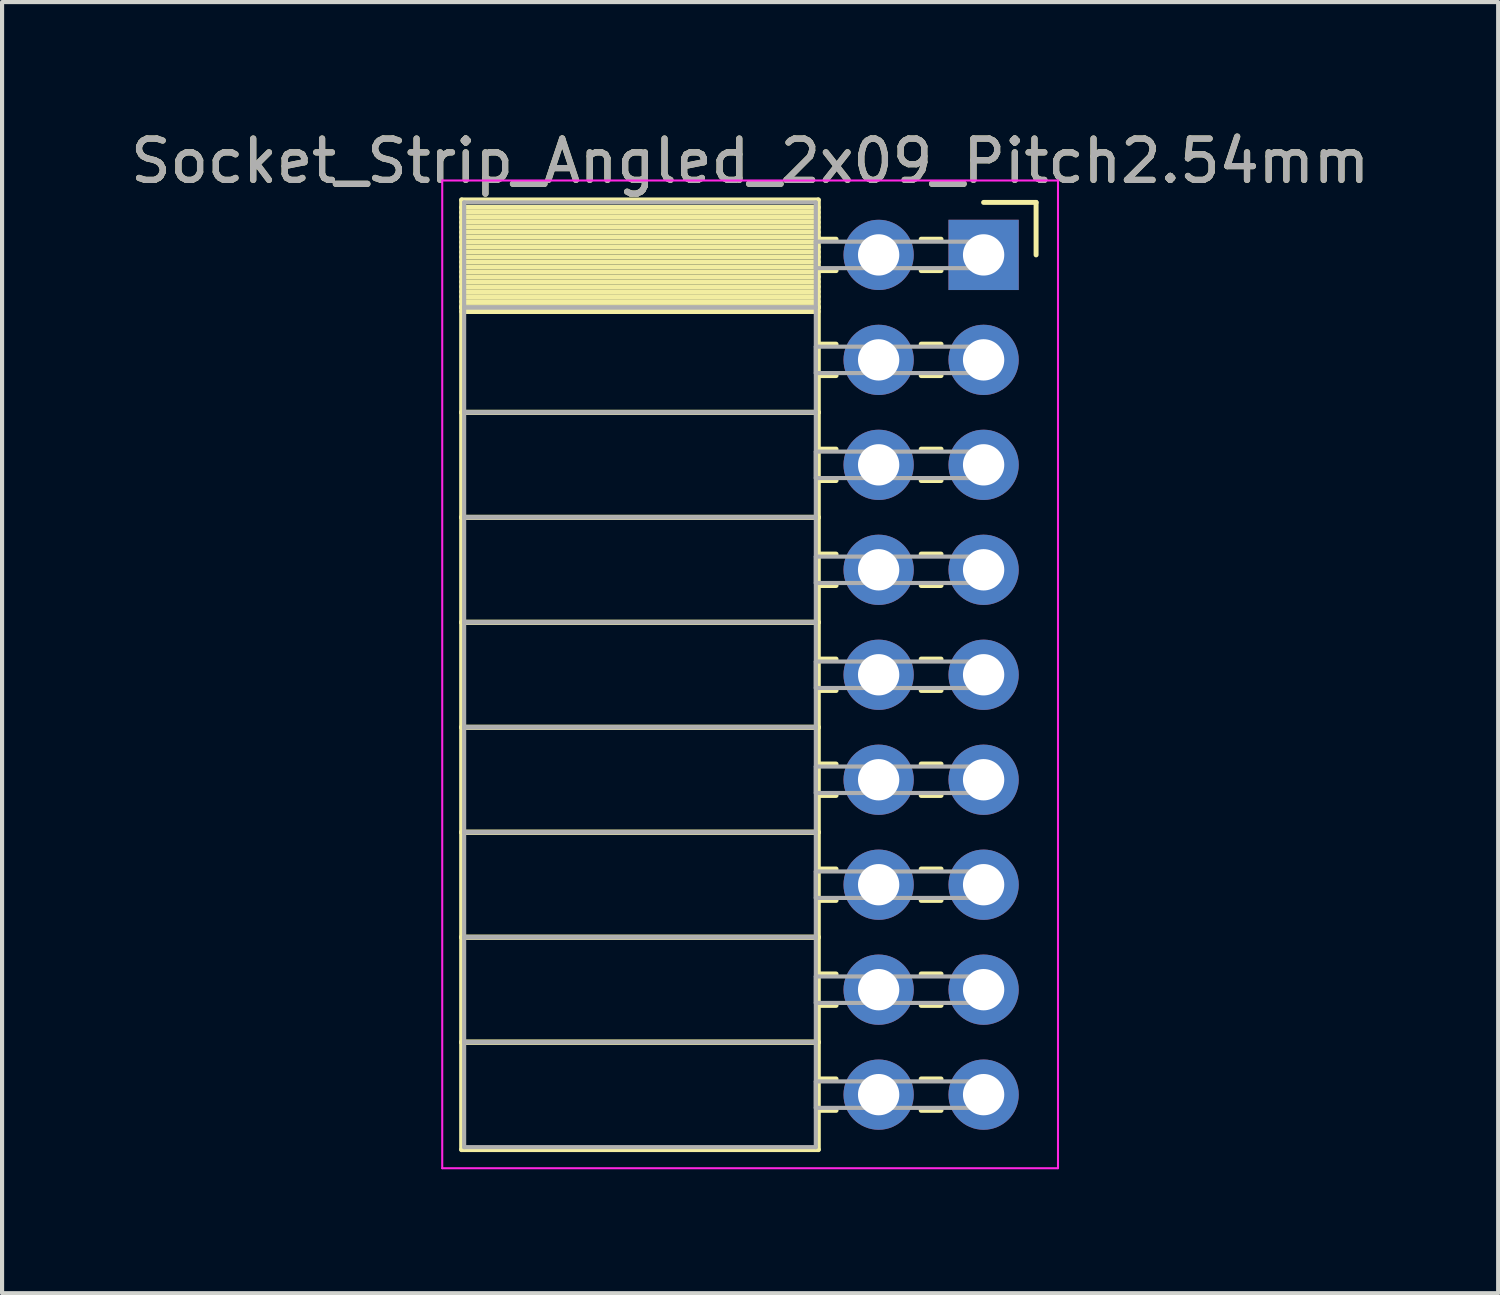
<source format=kicad_pcb>
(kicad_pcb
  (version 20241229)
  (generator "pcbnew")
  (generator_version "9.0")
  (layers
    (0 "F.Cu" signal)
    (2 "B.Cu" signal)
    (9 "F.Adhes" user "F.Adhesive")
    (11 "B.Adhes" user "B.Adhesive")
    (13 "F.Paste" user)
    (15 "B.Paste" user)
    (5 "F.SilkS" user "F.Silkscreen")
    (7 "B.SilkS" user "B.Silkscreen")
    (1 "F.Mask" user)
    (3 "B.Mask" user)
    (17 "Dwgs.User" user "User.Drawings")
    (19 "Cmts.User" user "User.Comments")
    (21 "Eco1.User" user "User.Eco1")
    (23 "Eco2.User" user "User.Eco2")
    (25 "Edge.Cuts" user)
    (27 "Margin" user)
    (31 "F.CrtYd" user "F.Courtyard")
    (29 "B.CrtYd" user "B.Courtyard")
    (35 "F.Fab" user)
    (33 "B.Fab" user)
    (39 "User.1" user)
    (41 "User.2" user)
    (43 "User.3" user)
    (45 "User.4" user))
  (footprint "Socket_Strip_Angled_2x09_Pitch2.54mm"
    (layer "F.Cu")
    (at 20.751 3.118)
    (property "Reference" "Socket_Strip_Angled_2x09_Pitch2.54mm" (at -5.65 -2.27 0) (layer "F.SilkS") (effects (font (size 1 1) (thickness 0.15))))
    (attr through_hole)
    (fp_line (start -12.63 -1.33) (end -4 -1.33) (stroke (width 0.12) (type solid)) (layer "F.SilkS"))
    (fp_line (start -12.63 1.27) (end -12.63 -1.33) (stroke (width 0.12) (type solid)) (layer "F.SilkS"))
    (fp_line (start -12.63 1.27) (end -4 1.27) (stroke (width 0.12) (type solid)) (layer "F.SilkS"))
    (fp_line (start -12.63 3.81) (end -12.63 1.27) (stroke (width 0.12) (type solid)) (layer "F.SilkS"))
    (fp_line (start -12.63 3.81) (end -4 3.81) (stroke (width 0.12) (type solid)) (layer "F.SilkS"))
    (fp_line (start -12.63 6.35) (end -12.63 3.81) (stroke (width 0.12) (type solid)) (layer "F.SilkS"))
    (fp_line (start -12.63 6.35) (end -4 6.35) (stroke (width 0.12) (type solid)) (layer "F.SilkS"))
    (fp_line (start -12.63 8.89) (end -12.63 6.35) (stroke (width 0.12) (type solid)) (layer "F.SilkS"))
    (fp_line (start -12.63 8.89) (end -4 8.89) (stroke (width 0.12) (type solid)) (layer "F.SilkS"))
    (fp_line (start -12.63 11.43) (end -12.63 8.89) (stroke (width 0.12) (type solid)) (layer "F.SilkS"))
    (fp_line (start -12.63 11.43) (end -4 11.43) (stroke (width 0.12) (type solid)) (layer "F.SilkS"))
    (fp_line (start -12.63 13.97) (end -12.63 11.43) (stroke (width 0.12) (type solid)) (layer "F.SilkS"))
    (fp_line (start -12.63 13.97) (end -4 13.97) (stroke (width 0.12) (type solid)) (layer "F.SilkS"))
    (fp_line (start -12.63 16.51) (end -12.63 13.97) (stroke (width 0.12) (type solid)) (layer "F.SilkS"))
    (fp_line (start -12.63 16.51) (end -4 16.51) (stroke (width 0.12) (type solid)) (layer "F.SilkS"))
    (fp_line (start -12.63 19.05) (end -12.63 16.51) (stroke (width 0.12) (type solid)) (layer "F.SilkS"))
    (fp_line (start -12.63 19.05) (end -4 19.05) (stroke (width 0.12) (type solid)) (layer "F.SilkS"))
    (fp_line (start -12.63 21.65) (end -12.63 19.05) (stroke (width 0.12) (type solid)) (layer "F.SilkS"))
    (fp_line (start -4 -1.33) (end -4 1.27) (stroke (width 0.12) (type solid)) (layer "F.SilkS"))
    (fp_line (start -4 -1.15) (end -12.63 -1.15) (stroke (width 0.12) (type solid)) (layer "F.SilkS"))
    (fp_line (start -4 -1.03) (end -12.63 -1.03) (stroke (width 0.12) (type solid)) (layer "F.SilkS"))
    (fp_line (start -4 -0.91) (end -12.63 -0.91) (stroke (width 0.12) (type solid)) (layer "F.SilkS"))
    (fp_line (start -4 -0.79) (end -12.63 -0.79) (stroke (width 0.12) (type solid)) (layer "F.SilkS"))
    (fp_line (start -4 -0.67) (end -12.63 -0.67) (stroke (width 0.12) (type solid)) (layer "F.SilkS"))
    (fp_line (start -4 -0.55) (end -12.63 -0.55) (stroke (width 0.12) (type solid)) (layer "F.SilkS"))
    (fp_line (start -4 -0.43) (end -12.63 -0.43) (stroke (width 0.12) (type solid)) (layer "F.SilkS"))
    (fp_line (start -4 -0.31) (end -12.63 -0.31) (stroke (width 0.12) (type solid)) (layer "F.SilkS"))
    (fp_line (start -4 -0.19) (end -12.63 -0.19) (stroke (width 0.12) (type solid)) (layer "F.SilkS"))
    (fp_line (start -4 -0.07) (end -12.63 -0.07) (stroke (width 0.12) (type solid)) (layer "F.SilkS"))
    (fp_line (start -4 0.05) (end -12.63 0.05) (stroke (width 0.12) (type solid)) (layer "F.SilkS"))
    (fp_line (start -4 0.17) (end -12.63 0.17) (stroke (width 0.12) (type solid)) (layer "F.SilkS"))
    (fp_line (start -4 0.29) (end -12.63 0.29) (stroke (width 0.12) (type solid)) (layer "F.SilkS"))
    (fp_line (start -4 0.41) (end -12.63 0.41) (stroke (width 0.12) (type solid)) (layer "F.SilkS"))
    (fp_line (start -4 0.53) (end -12.63 0.53) (stroke (width 0.12) (type solid)) (layer "F.SilkS"))
    (fp_line (start -4 0.65) (end -12.63 0.65) (stroke (width 0.12) (type solid)) (layer "F.SilkS"))
    (fp_line (start -4 0.77) (end -12.63 0.77) (stroke (width 0.12) (type solid)) (layer "F.SilkS"))
    (fp_line (start -4 0.89) (end -12.63 0.89) (stroke (width 0.12) (type solid)) (layer "F.SilkS"))
    (fp_line (start -4 1.01) (end -12.63 1.01) (stroke (width 0.12) (type solid)) (layer "F.SilkS"))
    (fp_line (start -4 1.13) (end -12.63 1.13) (stroke (width 0.12) (type solid)) (layer "F.SilkS"))
    (fp_line (start -4 1.25) (end -12.63 1.25) (stroke (width 0.12) (type solid)) (layer "F.SilkS"))
    (fp_line (start -4 1.27) (end -12.63 1.27) (stroke (width 0.12) (type solid)) (layer "F.SilkS"))
    (fp_line (start -4 1.27) (end -4 3.81) (stroke (width 0.12) (type solid)) (layer "F.SilkS"))
    (fp_line (start -4 1.37) (end -12.63 1.37) (stroke (width 0.12) (type solid)) (layer "F.SilkS"))
    (fp_line (start -4 3.81) (end -12.63 3.81) (stroke (width 0.12) (type solid)) (layer "F.SilkS"))
    (fp_line (start -4 3.81) (end -4 6.35) (stroke (width 0.12) (type solid)) (layer "F.SilkS"))
    (fp_line (start -4 6.35) (end -12.63 6.35) (stroke (width 0.12) (type solid)) (layer "F.SilkS"))
    (fp_line (start -4 6.35) (end -4 8.89) (stroke (width 0.12) (type solid)) (layer "F.SilkS"))
    (fp_line (start -4 8.89) (end -12.63 8.89) (stroke (width 0.12) (type solid)) (layer "F.SilkS"))
    (fp_line (start -4 8.89) (end -4 11.43) (stroke (width 0.12) (type solid)) (layer "F.SilkS"))
    (fp_line (start -4 11.43) (end -12.63 11.43) (stroke (width 0.12) (type solid)) (layer "F.SilkS"))
    (fp_line (start -4 11.43) (end -4 13.97) (stroke (width 0.12) (type solid)) (layer "F.SilkS"))
    (fp_line (start -4 13.97) (end -12.63 13.97) (stroke (width 0.12) (type solid)) (layer "F.SilkS"))
    (fp_line (start -4 13.97) (end -4 16.51) (stroke (width 0.12) (type solid)) (layer "F.SilkS"))
    (fp_line (start -4 16.51) (end -12.63 16.51) (stroke (width 0.12) (type solid)) (layer "F.SilkS"))
    (fp_line (start -4 16.51) (end -4 19.05) (stroke (width 0.12) (type solid)) (layer "F.SilkS"))
    (fp_line (start -4 19.05) (end -12.63 19.05) (stroke (width 0.12) (type solid)) (layer "F.SilkS"))
    (fp_line (start -4 19.05) (end -4 21.65) (stroke (width 0.12) (type solid)) (layer "F.SilkS"))
    (fp_line (start -4 21.65) (end -12.63 21.65) (stroke (width 0.12) (type solid)) (layer "F.SilkS"))
    (fp_line (start -3.57 -0.38) (end -4 -0.38) (stroke (width 0.12) (type solid)) (layer "F.SilkS"))
    (fp_line (start -3.57 0.38) (end -4 0.38) (stroke (width 0.12) (type solid)) (layer "F.SilkS"))
    (fp_line (start -3.57 2.16) (end -4 2.16) (stroke (width 0.12) (type solid)) (layer "F.SilkS"))
    (fp_line (start -3.57 2.92) (end -4 2.92) (stroke (width 0.12) (type solid)) (layer "F.SilkS"))
    (fp_line (start -3.57 4.7) (end -4 4.7) (stroke (width 0.12) (type solid)) (layer "F.SilkS"))
    (fp_line (start -3.57 5.46) (end -4 5.46) (stroke (width 0.12) (type solid)) (layer "F.SilkS"))
    (fp_line (start -3.57 7.24) (end -4 7.24) (stroke (width 0.12) (type solid)) (layer "F.SilkS"))
    (fp_line (start -3.57 8) (end -4 8) (stroke (width 0.12) (type solid)) (layer "F.SilkS"))
    (fp_line (start -3.57 9.78) (end -4 9.78) (stroke (width 0.12) (type solid)) (layer "F.SilkS"))
    (fp_line (start -3.57 10.54) (end -4 10.54) (stroke (width 0.12) (type solid)) (layer "F.SilkS"))
    (fp_line (start -3.57 12.32) (end -4 12.32) (stroke (width 0.12) (type solid)) (layer "F.SilkS"))
    (fp_line (start -3.57 13.08) (end -4 13.08) (stroke (width 0.12) (type solid)) (layer "F.SilkS"))
    (fp_line (start -3.57 14.86) (end -4 14.86) (stroke (width 0.12) (type solid)) (layer "F.SilkS"))
    (fp_line (start -3.57 15.62) (end -4 15.62) (stroke (width 0.12) (type solid)) (layer "F.SilkS"))
    (fp_line (start -3.57 17.4) (end -4 17.4) (stroke (width 0.12) (type solid)) (layer "F.SilkS"))
    (fp_line (start -3.57 18.16) (end -4 18.16) (stroke (width 0.12) (type solid)) (layer "F.SilkS"))
    (fp_line (start -3.57 19.94) (end -4 19.94) (stroke (width 0.12) (type solid)) (layer "F.SilkS"))
    (fp_line (start -3.57 20.7) (end -4 20.7) (stroke (width 0.12) (type solid)) (layer "F.SilkS"))
    (fp_line (start -1.03 -0.38) (end -1.51 -0.38) (stroke (width 0.12) (type solid)) (layer "F.SilkS"))
    (fp_line (start -1.03 0.38) (end -1.51 0.38) (stroke (width 0.12) (type solid)) (layer "F.SilkS"))
    (fp_line (start -1.03 2.16) (end -1.51 2.16) (stroke (width 0.12) (type solid)) (layer "F.SilkS"))
    (fp_line (start -1.03 2.92) (end -1.51 2.92) (stroke (width 0.12) (type solid)) (layer "F.SilkS"))
    (fp_line (start -1.03 4.7) (end -1.51 4.7) (stroke (width 0.12) (type solid)) (layer "F.SilkS"))
    (fp_line (start -1.03 5.46) (end -1.51 5.46) (stroke (width 0.12) (type solid)) (layer "F.SilkS"))
    (fp_line (start -1.03 7.24) (end -1.51 7.24) (stroke (width 0.12) (type solid)) (layer "F.SilkS"))
    (fp_line (start -1.03 8) (end -1.51 8) (stroke (width 0.12) (type solid)) (layer "F.SilkS"))
    (fp_line (start -1.03 9.78) (end -1.51 9.78) (stroke (width 0.12) (type solid)) (layer "F.SilkS"))
    (fp_line (start -1.03 10.54) (end -1.51 10.54) (stroke (width 0.12) (type solid)) (layer "F.SilkS"))
    (fp_line (start -1.03 12.32) (end -1.51 12.32) (stroke (width 0.12) (type solid)) (layer "F.SilkS"))
    (fp_line (start -1.03 13.08) (end -1.51 13.08) (stroke (width 0.12) (type solid)) (layer "F.SilkS"))
    (fp_line (start -1.03 14.86) (end -1.51 14.86) (stroke (width 0.12) (type solid)) (layer "F.SilkS"))
    (fp_line (start -1.03 15.62) (end -1.51 15.62) (stroke (width 0.12) (type solid)) (layer "F.SilkS"))
    (fp_line (start -1.03 17.4) (end -1.51 17.4) (stroke (width 0.12) (type solid)) (layer "F.SilkS"))
    (fp_line (start -1.03 18.16) (end -1.51 18.16) (stroke (width 0.12) (type solid)) (layer "F.SilkS"))
    (fp_line (start -1.03 19.94) (end -1.51 19.94) (stroke (width 0.12) (type solid)) (layer "F.SilkS"))
    (fp_line (start -1.03 20.7) (end -1.51 20.7) (stroke (width 0.12) (type solid)) (layer "F.SilkS"))
    (fp_line (start 0 -1.27) (end 1.27 -1.27) (stroke (width 0.12) (type solid)) (layer "F.SilkS"))
    (fp_line (start 1.27 -1.27) (end 1.27 0) (stroke (width 0.12) (type solid)) (layer "F.SilkS"))
    (fp_line (start -13.1 -1.8) (end 1.8 -1.8) (stroke (width 0.05) (type solid)) (layer "F.CrtYd"))
    (fp_line (start -13.1 22.1) (end -13.1 -1.8) (stroke (width 0.05) (type solid)) (layer "F.CrtYd"))
    (fp_line (start 1.8 -1.8) (end 1.8 22.1) (stroke (width 0.05) (type solid)) (layer "F.CrtYd"))
    (fp_line (start 1.8 22.1) (end -13.1 22.1) (stroke (width 0.05) (type solid)) (layer "F.CrtYd"))
    (fp_line (start -12.57 -1.27) (end -4.06 -1.27) (stroke (width 0.1) (type solid)) (layer "F.Fab"))
    (fp_line (start -12.57 1.27) (end -12.57 -1.27) (stroke (width 0.1) (type solid)) (layer "F.Fab"))
    (fp_line (start -12.57 1.27) (end -4.06 1.27) (stroke (width 0.1) (type solid)) (layer "F.Fab"))
    (fp_line (start -12.57 3.81) (end -12.57 1.27) (stroke (width 0.1) (type solid)) (layer "F.Fab"))
    (fp_line (start -12.57 3.81) (end -4.06 3.81) (stroke (width 0.1) (type solid)) (layer "F.Fab"))
    (fp_line (start -12.57 6.35) (end -12.57 3.81) (stroke (width 0.1) (type solid)) (layer "F.Fab"))
    (fp_line (start -12.57 6.35) (end -4.06 6.35) (stroke (width 0.1) (type solid)) (layer "F.Fab"))
    (fp_line (start -12.57 8.89) (end -12.57 6.35) (stroke (width 0.1) (type solid)) (layer "F.Fab"))
    (fp_line (start -12.57 8.89) (end -4.06 8.89) (stroke (width 0.1) (type solid)) (layer "F.Fab"))
    (fp_line (start -12.57 11.43) (end -12.57 8.89) (stroke (width 0.1) (type solid)) (layer "F.Fab"))
    (fp_line (start -12.57 11.43) (end -4.06 11.43) (stroke (width 0.1) (type solid)) (layer "F.Fab"))
    (fp_line (start -12.57 13.97) (end -12.57 11.43) (stroke (width 0.1) (type solid)) (layer "F.Fab"))
    (fp_line (start -12.57 13.97) (end -4.06 13.97) (stroke (width 0.1) (type solid)) (layer "F.Fab"))
    (fp_line (start -12.57 16.51) (end -12.57 13.97) (stroke (width 0.1) (type solid)) (layer "F.Fab"))
    (fp_line (start -12.57 16.51) (end -4.06 16.51) (stroke (width 0.1) (type solid)) (layer "F.Fab"))
    (fp_line (start -12.57 19.05) (end -12.57 16.51) (stroke (width 0.1) (type solid)) (layer "F.Fab"))
    (fp_line (start -12.57 19.05) (end -4.06 19.05) (stroke (width 0.1) (type solid)) (layer "F.Fab"))
    (fp_line (start -12.57 21.59) (end -12.57 19.05) (stroke (width 0.1) (type solid)) (layer "F.Fab"))
    (fp_line (start -4.06 -1.27) (end -4.06 1.27) (stroke (width 0.1) (type solid)) (layer "F.Fab"))
    (fp_line (start -4.06 -0.32) (end 0 -0.32) (stroke (width 0.1) (type solid)) (layer "F.Fab"))
    (fp_line (start -4.06 0.32) (end -4.06 -0.32) (stroke (width 0.1) (type solid)) (layer "F.Fab"))
    (fp_line (start -4.06 1.27) (end -12.57 1.27) (stroke (width 0.1) (type solid)) (layer "F.Fab"))
    (fp_line (start -4.06 1.27) (end -4.06 3.81) (stroke (width 0.1) (type solid)) (layer "F.Fab"))
    (fp_line (start -4.06 2.22) (end 0 2.22) (stroke (width 0.1) (type solid)) (layer "F.Fab"))
    (fp_line (start -4.06 2.86) (end -4.06 2.22) (stroke (width 0.1) (type solid)) (layer "F.Fab"))
    (fp_line (start -4.06 3.81) (end -12.57 3.81) (stroke (width 0.1) (type solid)) (layer "F.Fab"))
    (fp_line (start -4.06 3.81) (end -4.06 6.35) (stroke (width 0.1) (type solid)) (layer "F.Fab"))
    (fp_line (start -4.06 4.76) (end 0 4.76) (stroke (width 0.1) (type solid)) (layer "F.Fab"))
    (fp_line (start -4.06 5.4) (end -4.06 4.76) (stroke (width 0.1) (type solid)) (layer "F.Fab"))
    (fp_line (start -4.06 6.35) (end -12.57 6.35) (stroke (width 0.1) (type solid)) (layer "F.Fab"))
    (fp_line (start -4.06 6.35) (end -4.06 8.89) (stroke (width 0.1) (type solid)) (layer "F.Fab"))
    (fp_line (start -4.06 7.3) (end 0 7.3) (stroke (width 0.1) (type solid)) (layer "F.Fab"))
    (fp_line (start -4.06 7.94) (end -4.06 7.3) (stroke (width 0.1) (type solid)) (layer "F.Fab"))
    (fp_line (start -4.06 8.89) (end -12.57 8.89) (stroke (width 0.1) (type solid)) (layer "F.Fab"))
    (fp_line (start -4.06 8.89) (end -4.06 11.43) (stroke (width 0.1) (type solid)) (layer "F.Fab"))
    (fp_line (start -4.06 9.84) (end 0 9.84) (stroke (width 0.1) (type solid)) (layer "F.Fab"))
    (fp_line (start -4.06 10.48) (end -4.06 9.84) (stroke (width 0.1) (type solid)) (layer "F.Fab"))
    (fp_line (start -4.06 11.43) (end -12.57 11.43) (stroke (width 0.1) (type solid)) (layer "F.Fab"))
    (fp_line (start -4.06 11.43) (end -4.06 13.97) (stroke (width 0.1) (type solid)) (layer "F.Fab"))
    (fp_line (start -4.06 12.38) (end 0 12.38) (stroke (width 0.1) (type solid)) (layer "F.Fab"))
    (fp_line (start -4.06 13.02) (end -4.06 12.38) (stroke (width 0.1) (type solid)) (layer "F.Fab"))
    (fp_line (start -4.06 13.97) (end -12.57 13.97) (stroke (width 0.1) (type solid)) (layer "F.Fab"))
    (fp_line (start -4.06 13.97) (end -4.06 16.51) (stroke (width 0.1) (type solid)) (layer "F.Fab"))
    (fp_line (start -4.06 14.92) (end 0 14.92) (stroke (width 0.1) (type solid)) (layer "F.Fab"))
    (fp_line (start -4.06 15.56) (end -4.06 14.92) (stroke (width 0.1) (type solid)) (layer "F.Fab"))
    (fp_line (start -4.06 16.51) (end -12.57 16.51) (stroke (width 0.1) (type solid)) (layer "F.Fab"))
    (fp_line (start -4.06 16.51) (end -4.06 19.05) (stroke (width 0.1) (type solid)) (layer "F.Fab"))
    (fp_line (start -4.06 17.46) (end 0 17.46) (stroke (width 0.1) (type solid)) (layer "F.Fab"))
    (fp_line (start -4.06 18.1) (end -4.06 17.46) (stroke (width 0.1) (type solid)) (layer "F.Fab"))
    (fp_line (start -4.06 19.05) (end -12.57 19.05) (stroke (width 0.1) (type solid)) (layer "F.Fab"))
    (fp_line (start -4.06 19.05) (end -4.06 21.59) (stroke (width 0.1) (type solid)) (layer "F.Fab"))
    (fp_line (start -4.06 20) (end 0 20) (stroke (width 0.1) (type solid)) (layer "F.Fab"))
    (fp_line (start -4.06 20.64) (end -4.06 20) (stroke (width 0.1) (type solid)) (layer "F.Fab"))
    (fp_line (start -4.06 21.59) (end -12.57 21.59) (stroke (width 0.1) (type solid)) (layer "F.Fab"))
    (fp_line (start 0 -0.32) (end 0 0.32) (stroke (width 0.1) (type solid)) (layer "F.Fab"))
    (fp_line (start 0 0.32) (end -4.06 0.32) (stroke (width 0.1) (type solid)) (layer "F.Fab"))
    (fp_line (start 0 2.22) (end 0 2.86) (stroke (width 0.1) (type solid)) (layer "F.Fab"))
    (fp_line (start 0 2.86) (end -4.06 2.86) (stroke (width 0.1) (type solid)) (layer "F.Fab"))
    (fp_line (start 0 4.76) (end 0 5.4) (stroke (width 0.1) (type solid)) (layer "F.Fab"))
    (fp_line (start 0 5.4) (end -4.06 5.4) (stroke (width 0.1) (type solid)) (layer "F.Fab"))
    (fp_line (start 0 7.3) (end 0 7.94) (stroke (width 0.1) (type solid)) (layer "F.Fab"))
    (fp_line (start 0 7.94) (end -4.06 7.94) (stroke (width 0.1) (type solid)) (layer "F.Fab"))
    (fp_line (start 0 9.84) (end 0 10.48) (stroke (width 0.1) (type solid)) (layer "F.Fab"))
    (fp_line (start 0 10.48) (end -4.06 10.48) (stroke (width 0.1) (type solid)) (layer "F.Fab"))
    (fp_line (start 0 12.38) (end 0 13.02) (stroke (width 0.1) (type solid)) (layer "F.Fab"))
    (fp_line (start 0 13.02) (end -4.06 13.02) (stroke (width 0.1) (type solid)) (layer "F.Fab"))
    (fp_line (start 0 14.92) (end 0 15.56) (stroke (width 0.1) (type solid)) (layer "F.Fab"))
    (fp_line (start 0 15.56) (end -4.06 15.56) (stroke (width 0.1) (type solid)) (layer "F.Fab"))
    (fp_line (start 0 17.46) (end 0 18.1) (stroke (width 0.1) (type solid)) (layer "F.Fab"))
    (fp_line (start 0 18.1) (end -4.06 18.1) (stroke (width 0.1) (type solid)) (layer "F.Fab"))
    (fp_line (start 0 20) (end 0 20.64) (stroke (width 0.1) (type solid)) (layer "F.Fab"))
    (fp_line (start 0 20.64) (end -4.06 20.64) (stroke (width 0.1) (type solid)) (layer "F.Fab"))
    (fp_text user "${REFERENCE}" (at -5.65 -2.27 0) (layer "F.Fab") (effects (font (size 1 1) (thickness 0.15))))
    (pad "1" thru_hole rect (at 0 0) (size 1.7 1.7) (drill 1) (layers "*.Cu" "*.Mask"))
    (pad "2" thru_hole oval (at -2.54 0) (size 1.7 1.7) (drill 1) (layers "*.Cu" "*.Mask"))
    (pad "3" thru_hole oval (at 0 2.54) (size 1.7 1.7) (drill 1) (layers "*.Cu" "*.Mask"))
    (pad "4" thru_hole oval (at -2.54 2.54) (size 1.7 1.7) (drill 1) (layers "*.Cu" "*.Mask"))
    (pad "5" thru_hole oval (at 0 5.08) (size 1.7 1.7) (drill 1) (layers "*.Cu" "*.Mask"))
    (pad "6" thru_hole oval (at -2.54 5.08) (size 1.7 1.7) (drill 1) (layers "*.Cu" "*.Mask"))
    (pad "7" thru_hole oval (at 0 7.62) (size 1.7 1.7) (drill 1) (layers "*.Cu" "*.Mask"))
    (pad "8" thru_hole oval (at -2.54 7.62) (size 1.7 1.7) (drill 1) (layers "*.Cu" "*.Mask"))
    (pad "9" thru_hole oval (at 0 10.16) (size 1.7 1.7) (drill 1) (layers "*.Cu" "*.Mask"))
    (pad "10" thru_hole oval (at -2.54 10.16) (size 1.7 1.7) (drill 1) (layers "*.Cu" "*.Mask"))
    (pad "11" thru_hole oval (at 0 12.7) (size 1.7 1.7) (drill 1) (layers "*.Cu" "*.Mask"))
    (pad "12" thru_hole oval (at -2.54 12.7) (size 1.7 1.7) (drill 1) (layers "*.Cu" "*.Mask"))
    (pad "13" thru_hole oval (at 0 15.24) (size 1.7 1.7) (drill 1) (layers "*.Cu" "*.Mask"))
    (pad "14" thru_hole oval (at -2.54 15.24) (size 1.7 1.7) (drill 1) (layers "*.Cu" "*.Mask"))
    (pad "15" thru_hole oval (at 0 17.78) (size 1.7 1.7) (drill 1) (layers "*.Cu" "*.Mask"))
    (pad "16" thru_hole oval (at -2.54 17.78) (size 1.7 1.7) (drill 1) (layers "*.Cu" "*.Mask"))
    (pad "17" thru_hole oval (at 0 20.32) (size 1.7 1.7) (drill 1) (layers "*.Cu" "*.Mask"))
    (pad "18" thru_hole oval (at -2.54 20.32) (size 1.7 1.7) (drill 1) (layers "*.Cu" "*.Mask")))
  (gr_rect
    (start -3 -3)
    (end 33.202 28.243)
    (stroke (width 0.1) (type default))
    (fill no)
    (layer "Edge.Cuts")))
</source>
